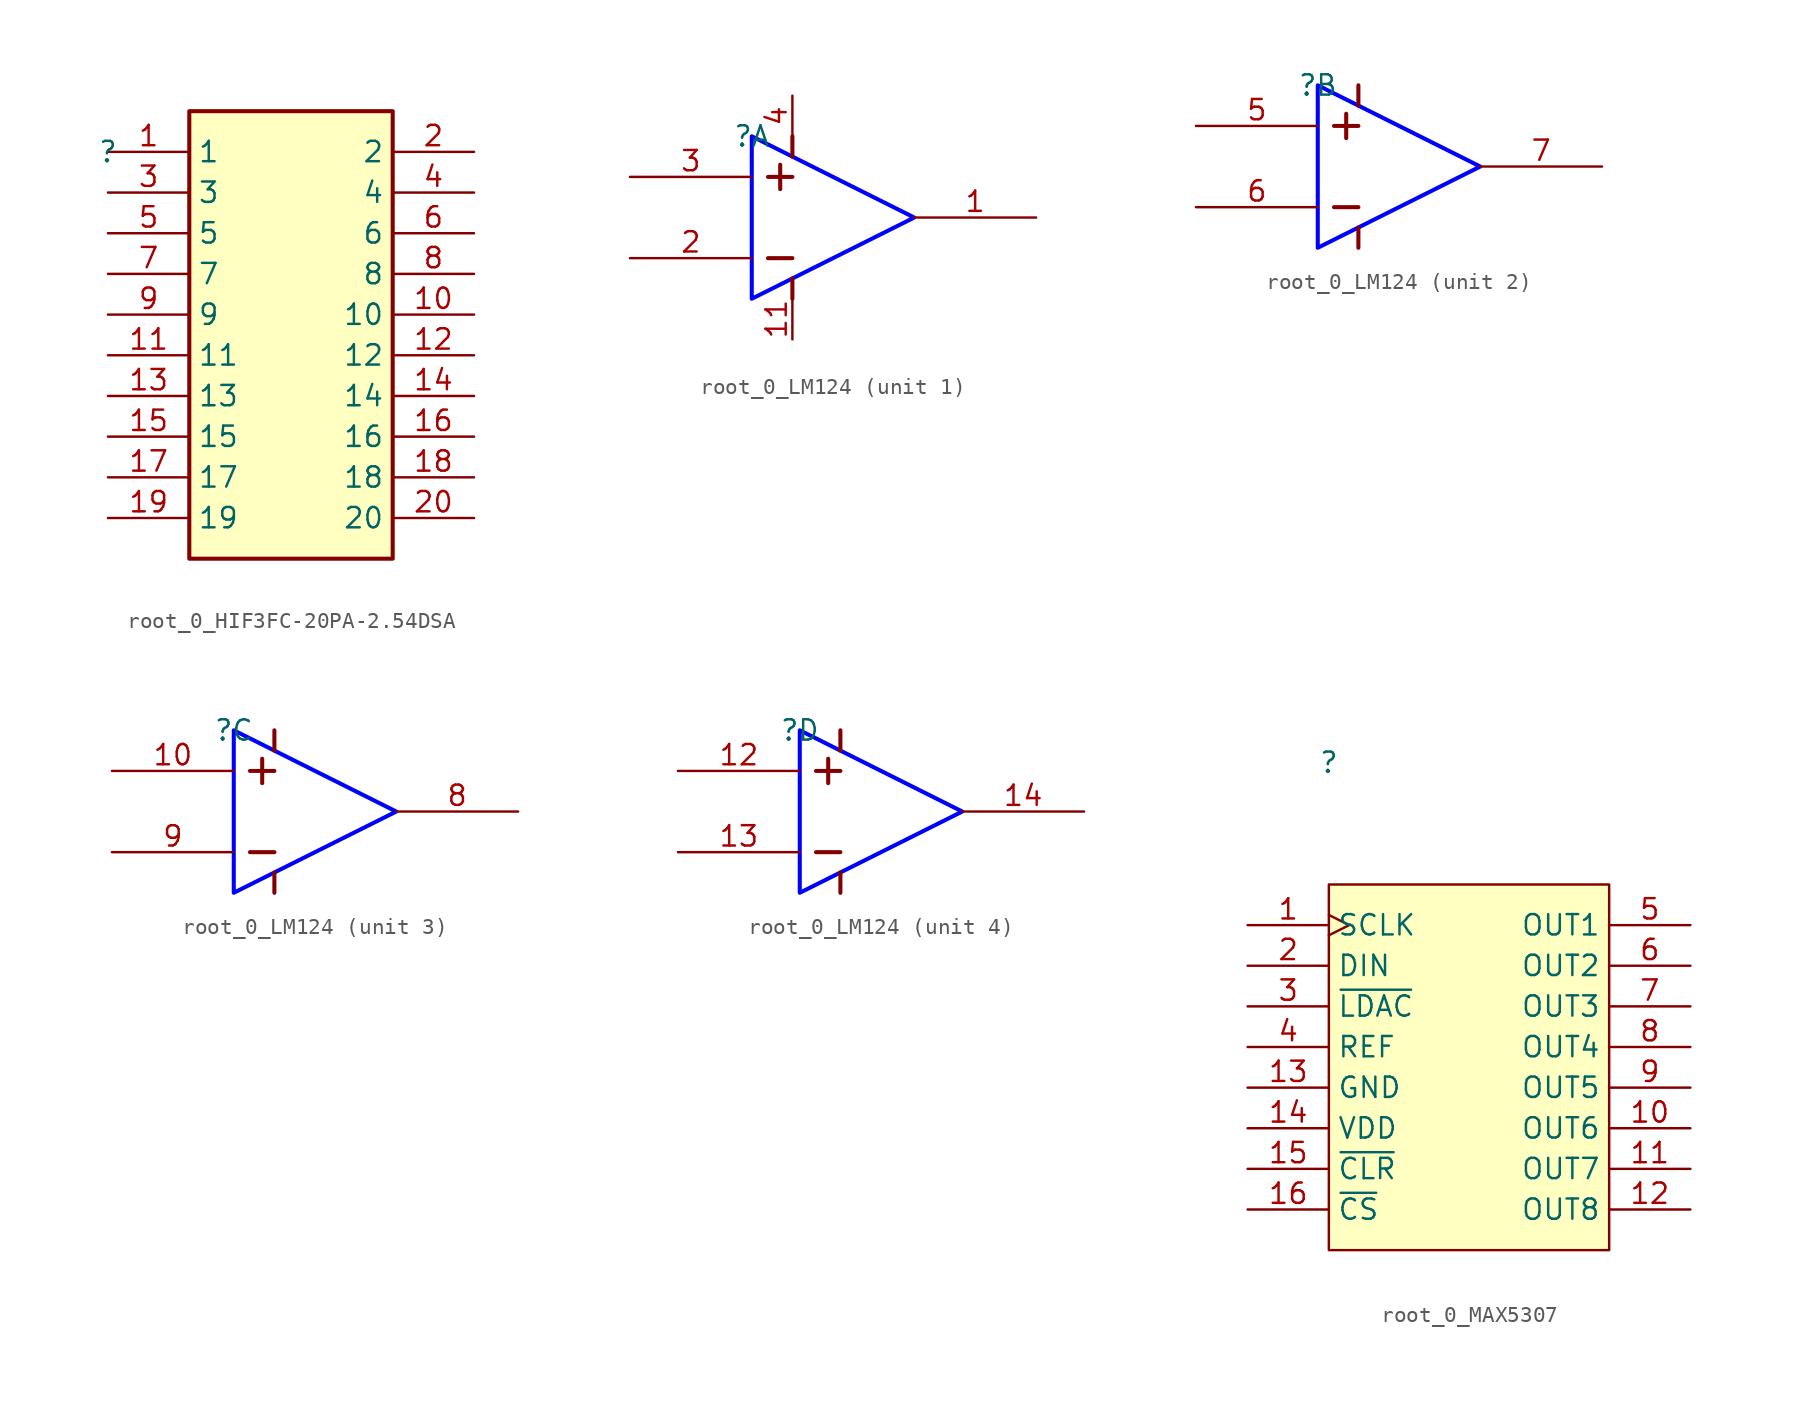
<source format=kicad_sym>
(kicad_symbol_lib
  (version 20220914)
  (generator kicad_symbol_editor)
  (symbol "root_0_HIF3FC-20PA-2.54DSA"
    (property "Reference" ""
      (at 0 0 0)
      (effects (font (size 1.27 1.27))))
    (property "Value" ""
      (at 0 0 0)
      (effects (font (size 1.27 1.27))))
    (symbol "root_0_HIF3FC-20PA-2.54DSA_1_0"
      (rectangle (start 17.78 2.54) (end 5.08 -25.4) (stroke (width 0.254) (type solid)) (fill (type background)))
      (pin passive line (at 0 0 0) (length 5.08) (name "1" (effects (font (size 1.27 1.27)))) (number "1" (effects (font (size 1.27 1.27)))))
      (pin passive line (at 22.86 -10.16 180) (length 5.08) (name "10" (effects (font (size 1.27 1.27)))) (number "10" (effects (font (size 1.27 1.27)))))
      (pin passive line (at 0 -12.7 0) (length 5.08) (name "11" (effects (font (size 1.27 1.27)))) (number "11" (effects (font (size 1.27 1.27)))))
      (pin passive line (at 22.86 -12.7 180) (length 5.08) (name "12" (effects (font (size 1.27 1.27)))) (number "12" (effects (font (size 1.27 1.27)))))
      (pin passive line (at 0 -15.24 0) (length 5.08) (name "13" (effects (font (size 1.27 1.27)))) (number "13" (effects (font (size 1.27 1.27)))))
      (pin passive line (at 22.86 -15.24 180) (length 5.08) (name "14" (effects (font (size 1.27 1.27)))) (number "14" (effects (font (size 1.27 1.27)))))
      (pin passive line (at 0 -17.78 0) (length 5.08) (name "15" (effects (font (size 1.27 1.27)))) (number "15" (effects (font (size 1.27 1.27)))))
      (pin passive line (at 22.86 -17.78 180) (length 5.08) (name "16" (effects (font (size 1.27 1.27)))) (number "16" (effects (font (size 1.27 1.27)))))
      (pin passive line (at 0 -20.32 0) (length 5.08) (name "17" (effects (font (size 1.27 1.27)))) (number "17" (effects (font (size 1.27 1.27)))))
      (pin passive line (at 22.86 -20.32 180) (length 5.08) (name "18" (effects (font (size 1.27 1.27)))) (number "18" (effects (font (size 1.27 1.27)))))
      (pin passive line (at 0 -22.86 0) (length 5.08) (name "19" (effects (font (size 1.27 1.27)))) (number "19" (effects (font (size 1.27 1.27)))))
      (pin passive line (at 22.86 0 180) (length 5.08) (name "2" (effects (font (size 1.27 1.27)))) (number "2" (effects (font (size 1.27 1.27)))))
      (pin passive line (at 22.86 -22.86 180) (length 5.08) (name "20" (effects (font (size 1.27 1.27)))) (number "20" (effects (font (size 1.27 1.27)))))
      (pin passive line (at 0 -2.54 0) (length 5.08) (name "3" (effects (font (size 1.27 1.27)))) (number "3" (effects (font (size 1.27 1.27)))))
      (pin passive line (at 22.86 -2.54 180) (length 5.08) (name "4" (effects (font (size 1.27 1.27)))) (number "4" (effects (font (size 1.27 1.27)))))
      (pin passive line (at 0 -5.08 0) (length 5.08) (name "5" (effects (font (size 1.27 1.27)))) (number "5" (effects (font (size 1.27 1.27)))))
      (pin passive line (at 22.86 -5.08 180) (length 5.08) (name "6" (effects (font (size 1.27 1.27)))) (number "6" (effects (font (size 1.27 1.27)))))
      (pin passive line (at 0 -7.62 0) (length 5.08) (name "7" (effects (font (size 1.27 1.27)))) (number "7" (effects (font (size 1.27 1.27)))))
      (pin passive line (at 22.86 -7.62 180) (length 5.08) (name "8" (effects (font (size 1.27 1.27)))) (number "8" (effects (font (size 1.27 1.27)))))
      (pin passive line (at 0 -10.16 0) (length 5.08) (name "9" (effects (font (size 1.27 1.27)))) (number "9" (effects (font (size 1.27 1.27)))))))
  (symbol "root_0_LM124"
    (property "Reference" ""
      (at 0 0 0)
      (effects (font (size 1.27 1.27))))
    (property "Value" ""
      (at 0 0 0)
      (effects (font (size 1.27 1.27))))
    (symbol "root_0_LM124_1_0"
      (polyline (pts (xy 1.016 -7.62) (xy 2.54 -7.62)) (stroke (width 0.254) (type solid)) (fill (type none)))
      (polyline (pts (xy 1.016 -2.54) (xy 2.54 -2.54)) (stroke (width 0.254) (type solid)) (fill (type none)))
      (polyline (pts (xy 1.778 -1.778) (xy 1.778 -3.302)) (stroke (width 0.254) (type solid)) (fill (type none)))
      (polyline (pts (xy 2.54 -8.89) (xy 2.54 -10.16)) (stroke (width 0.254) (type solid)) (fill (type none)))
      (polyline (pts (xy 2.54 0) (xy 2.54 -1.27)) (stroke (width 0.254) (type solid)) (fill (type none)))
      (polyline (pts (xy 0 0) (xy 10.16 -5.08) (xy 0 -10.16) (xy 0 0)) (stroke (width 0.254) (type solid) (color 0 0 255 1)) (fill (type none)))
      (pin passive line (at 17.78 -5.08 180) (length 7.62) (name "" (effects (font (size 0 0)))) (number "1" (effects (font (size 1.27 1.27)))))
      (pin passive line (at 2.54 -12.7 90) (length 2.54) (name "" (effects (font (size 0 0)))) (number "11" (effects (font (size 1.27 1.27)))))
      (pin passive line (at -7.62 -7.62 0) (length 7.62) (name "" (effects (font (size 0 0)))) (number "2" (effects (font (size 1.27 1.27)))))
      (pin passive line (at -7.62 -2.54 0) (length 7.62) (name "" (effects (font (size 0 0)))) (number "3" (effects (font (size 1.27 1.27)))))
      (pin passive line (at 2.54 2.54 270) (length 2.54) (name "" (effects (font (size 0 0)))) (number "4" (effects (font (size 1.27 1.27))))))
    (symbol "root_0_LM124_2_0"
      (polyline (pts (xy 1.016 -7.62) (xy 2.54 -7.62)) (stroke (width 0.254) (type solid)) (fill (type none)))
      (polyline (pts (xy 1.016 -2.54) (xy 2.54 -2.54)) (stroke (width 0.254) (type solid)) (fill (type none)))
      (polyline (pts (xy 1.778 -1.778) (xy 1.778 -3.302)) (stroke (width 0.254) (type solid)) (fill (type none)))
      (polyline (pts (xy 2.54 -8.89) (xy 2.54 -10.16)) (stroke (width 0.254) (type solid)) (fill (type none)))
      (polyline (pts (xy 2.54 0) (xy 2.54 -1.27)) (stroke (width 0.254) (type solid)) (fill (type none)))
      (polyline (pts (xy 0 0) (xy 10.16 -5.08) (xy 0 -10.16) (xy 0 0)) (stroke (width 0.254) (type solid) (color 0 0 255 1)) (fill (type none)))
      (pin passive line (at -7.62 -2.54 0) (length 7.62) (name "" (effects (font (size 0 0)))) (number "5" (effects (font (size 1.27 1.27)))))
      (pin passive line (at -7.62 -7.62 0) (length 7.62) (name "" (effects (font (size 0 0)))) (number "6" (effects (font (size 1.27 1.27)))))
      (pin passive line (at 17.78 -5.08 180) (length 7.62) (name "" (effects (font (size 0 0)))) (number "7" (effects (font (size 1.27 1.27))))))
    (symbol "root_0_LM124_3_0"
      (polyline (pts (xy 1.016 -7.62) (xy 2.54 -7.62)) (stroke (width 0.254) (type solid)) (fill (type none)))
      (polyline (pts (xy 1.016 -2.54) (xy 2.54 -2.54)) (stroke (width 0.254) (type solid)) (fill (type none)))
      (polyline (pts (xy 1.778 -1.778) (xy 1.778 -3.302)) (stroke (width 0.254) (type solid)) (fill (type none)))
      (polyline (pts (xy 2.54 -8.89) (xy 2.54 -10.16)) (stroke (width 0.254) (type solid)) (fill (type none)))
      (polyline (pts (xy 2.54 0) (xy 2.54 -1.27)) (stroke (width 0.254) (type solid)) (fill (type none)))
      (polyline (pts (xy 0 0) (xy 10.16 -5.08) (xy 0 -10.16) (xy 0 0)) (stroke (width 0.254) (type solid) (color 0 0 255 1)) (fill (type none)))
      (pin passive line (at -7.62 -2.54 0) (length 7.62) (name "" (effects (font (size 0 0)))) (number "10" (effects (font (size 1.27 1.27)))))
      (pin passive line (at 17.78 -5.08 180) (length 7.62) (name "" (effects (font (size 0 0)))) (number "8" (effects (font (size 1.27 1.27)))))
      (pin passive line (at -7.62 -7.62 0) (length 7.62) (name "" (effects (font (size 0 0)))) (number "9" (effects (font (size 1.27 1.27))))))
    (symbol "root_0_LM124_4_0"
      (polyline (pts (xy 1.016 -7.62) (xy 2.54 -7.62)) (stroke (width 0.254) (type solid)) (fill (type none)))
      (polyline (pts (xy 1.016 -2.54) (xy 2.54 -2.54)) (stroke (width 0.254) (type solid)) (fill (type none)))
      (polyline (pts (xy 1.778 -1.778) (xy 1.778 -3.302)) (stroke (width 0.254) (type solid)) (fill (type none)))
      (polyline (pts (xy 2.54 -8.89) (xy 2.54 -10.16)) (stroke (width 0.254) (type solid)) (fill (type none)))
      (polyline (pts (xy 2.54 0) (xy 2.54 -1.27)) (stroke (width 0.254) (type solid)) (fill (type none)))
      (polyline (pts (xy 0 0) (xy 10.16 -5.08) (xy 0 -10.16) (xy 0 0)) (stroke (width 0.254) (type solid) (color 0 0 255 1)) (fill (type none)))
      (pin passive line (at -7.62 -2.54 0) (length 7.62) (name "" (effects (font (size 0 0)))) (number "12" (effects (font (size 1.27 1.27)))))
      (pin passive line (at -7.62 -7.62 0) (length 7.62) (name "" (effects (font (size 0 0)))) (number "13" (effects (font (size 1.27 1.27)))))
      (pin passive line (at 17.78 -5.08 180) (length 7.62) (name "" (effects (font (size 0 0)))) (number "14" (effects (font (size 1.27 1.27)))))))
  (symbol "root_0_MAX5307"
    (property "Reference" ""
      (at 0 0 0)
      (effects (font (size 1.27 1.27))))
    (property "Value" ""
      (at 0 0 0)
      (effects (font (size 1.27 1.27))))
    (symbol "root_0_MAX5307_1_0"
      (rectangle (start 17.526 -7.62) (end 0 -30.48) (stroke (width 0) (type solid)) (fill (type background)))
      (pin input clock (at -5.08 -10.16 0) (length 5.08) (name "SCLK" (effects (font (size 1.27 1.27)))) (number "1" (effects (font (size 1.27 1.27)))))
      (pin output line (at 22.606 -22.86 180) (length 5.08) (name "OUT6" (effects (font (size 1.27 1.27)))) (number "10" (effects (font (size 1.27 1.27)))))
      (pin output line (at 22.606 -25.4 180) (length 5.08) (name "OUT7" (effects (font (size 1.27 1.27)))) (number "11" (effects (font (size 1.27 1.27)))))
      (pin output line (at 22.606 -27.94 180) (length 5.08) (name "OUT8" (effects (font (size 1.27 1.27)))) (number "12" (effects (font (size 1.27 1.27)))))
      (pin power_in line (at -5.08 -20.32 0) (length 5.08) (name "GND" (effects (font (size 1.27 1.27)))) (number "13" (effects (font (size 1.27 1.27)))))
      (pin power_in line (at -5.08 -22.86 0) (length 5.08) (name "VDD" (effects (font (size 1.27 1.27)))) (number "14" (effects (font (size 1.27 1.27)))))
      (pin input line (at -5.08 -25.4 0) (length 5.08) (name "~{CLR}" (effects (font (size 1.27 1.27)))) (number "15" (effects (font (size 1.27 1.27)))))
      (pin input line (at -5.08 -27.94 0) (length 5.08) (name "~{CS}" (effects (font (size 1.27 1.27)))) (number "16" (effects (font (size 1.27 1.27)))))
      (pin input line (at -5.08 -12.7 0) (length 5.08) (name "DIN" (effects (font (size 1.27 1.27)))) (number "2" (effects (font (size 1.27 1.27)))))
      (pin input line (at -5.08 -15.24 0) (length 5.08) (name "~{LDAC}" (effects (font (size 1.27 1.27)))) (number "3" (effects (font (size 1.27 1.27)))))
      (pin input line (at -5.08 -17.78 0) (length 5.08) (name "REF" (effects (font (size 1.27 1.27)))) (number "4" (effects (font (size 1.27 1.27)))))
      (pin output line (at 22.606 -10.16 180) (length 5.08) (name "OUT1" (effects (font (size 1.27 1.27)))) (number "5" (effects (font (size 1.27 1.27)))))
      (pin output line (at 22.606 -12.7 180) (length 5.08) (name "OUT2" (effects (font (size 1.27 1.27)))) (number "6" (effects (font (size 1.27 1.27)))))
      (pin output line (at 22.606 -15.24 180) (length 5.08) (name "OUT3" (effects (font (size 1.27 1.27)))) (number "7" (effects (font (size 1.27 1.27)))))
      (pin output line (at 22.606 -17.78 180) (length 5.08) (name "OUT4" (effects (font (size 1.27 1.27)))) (number "8" (effects (font (size 1.27 1.27)))))
      (pin output line (at 22.606 -20.32 180) (length 5.08) (name "OUT5" (effects (font (size 1.27 1.27)))) (number "9" (effects (font (size 1.27 1.27))))))))
</source>
